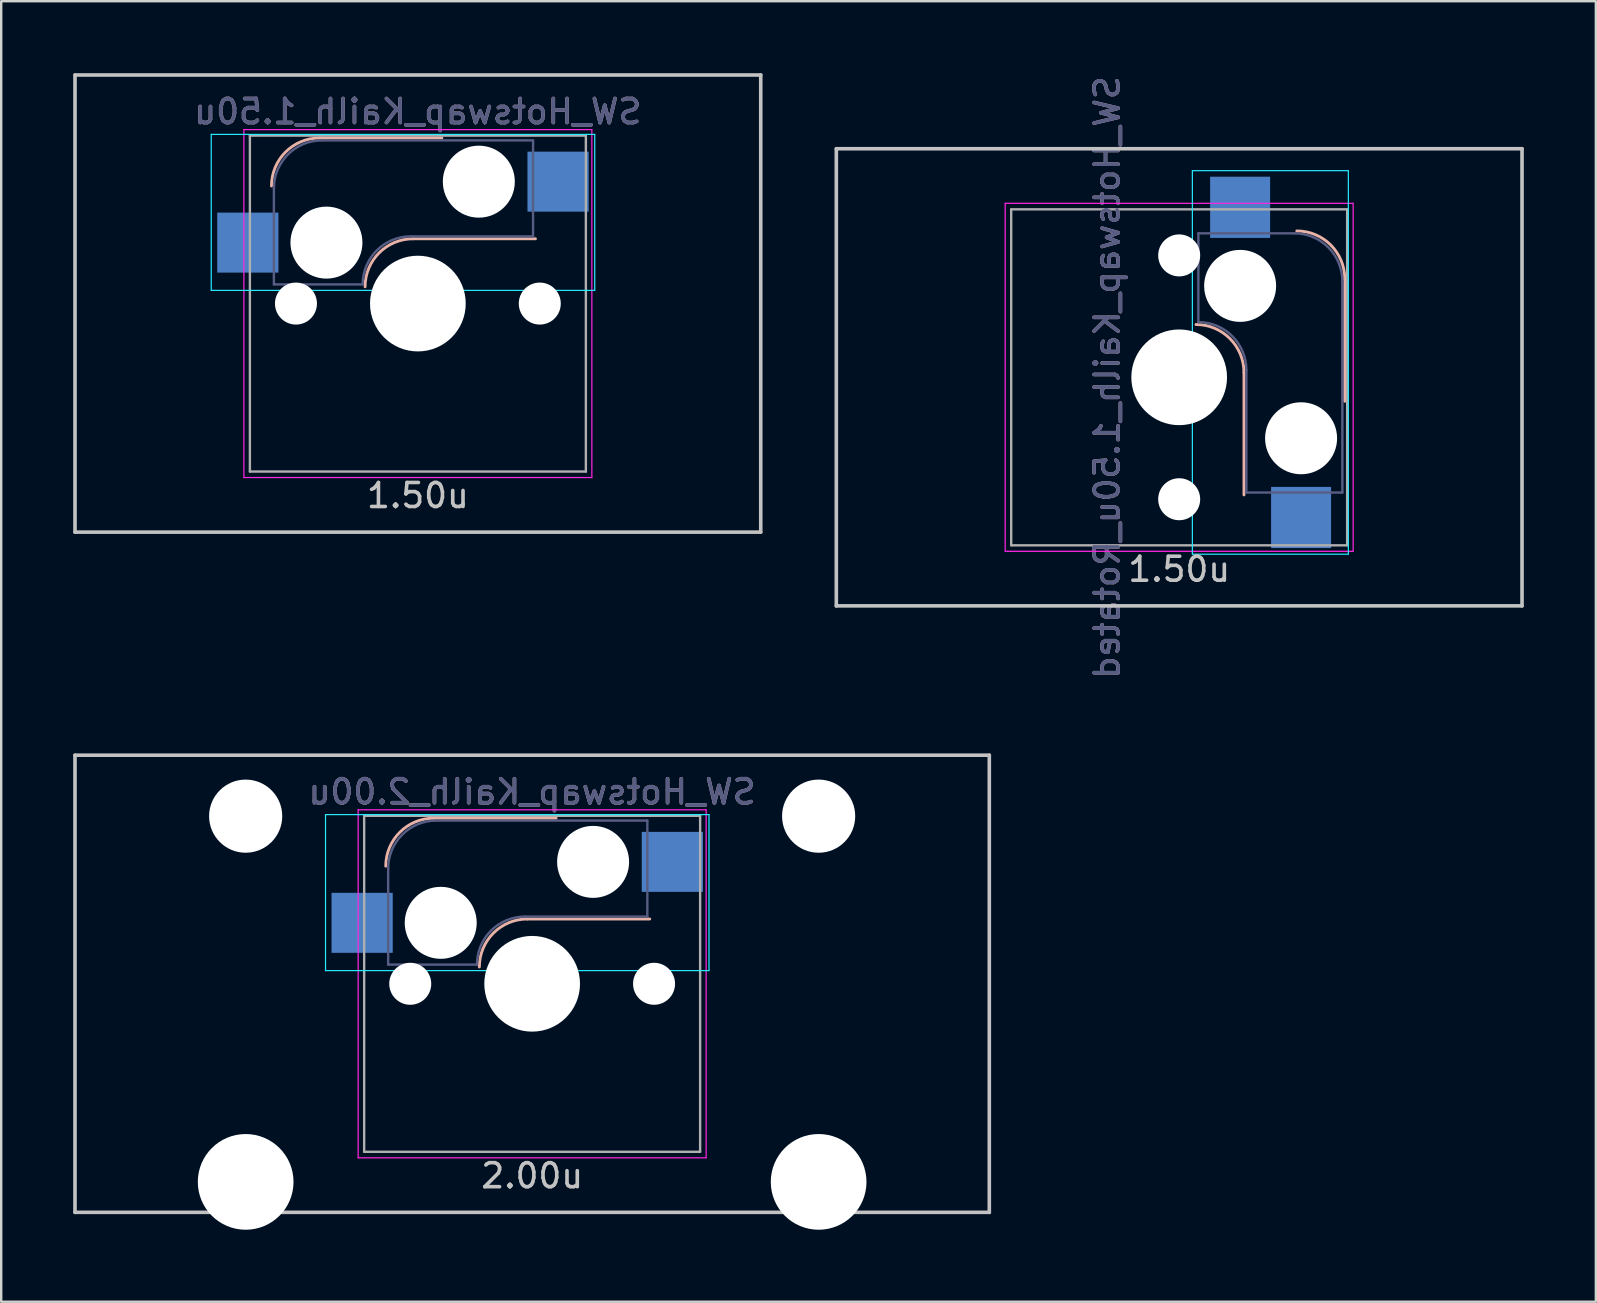
<source format=kicad_pcb>
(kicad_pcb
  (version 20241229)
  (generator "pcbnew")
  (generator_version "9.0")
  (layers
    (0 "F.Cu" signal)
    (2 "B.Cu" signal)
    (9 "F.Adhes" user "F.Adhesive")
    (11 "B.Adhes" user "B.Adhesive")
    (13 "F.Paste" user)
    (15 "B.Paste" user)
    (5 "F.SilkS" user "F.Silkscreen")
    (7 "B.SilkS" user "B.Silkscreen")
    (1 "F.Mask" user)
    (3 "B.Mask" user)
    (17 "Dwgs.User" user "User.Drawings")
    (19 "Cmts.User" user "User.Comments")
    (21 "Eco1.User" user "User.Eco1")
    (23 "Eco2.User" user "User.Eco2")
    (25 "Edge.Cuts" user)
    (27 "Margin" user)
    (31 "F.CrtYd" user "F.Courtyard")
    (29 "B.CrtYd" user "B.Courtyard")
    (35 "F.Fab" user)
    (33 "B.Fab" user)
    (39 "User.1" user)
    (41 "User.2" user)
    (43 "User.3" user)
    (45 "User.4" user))
  (footprint "SW_Hotswap_Kailh_2.00u"
    (layer "F.Cu")
    (at 19.125 37.945)
    (property "Reference" "SW_Hotswap_Kailh_2.00u" (at 0 -8 0) (layer "B.SilkS") (effects (font (size 1 1) (thickness 0.15)) (justify mirror)))
    (attr smd)
    (fp_line (start 1 -6.9) (end -4.1 -6.9) (stroke (width 0.12) (type solid)) (layer "B.SilkS"))
    (fp_line (start 4.9 -2.7) (end -0.2 -2.7) (stroke (width 0.12) (type solid)) (layer "B.SilkS"))
    (fp_arc (start -6.1 -4.9) (mid -5.514214 -6.314214) (end -4.1 -6.9) (stroke (width 0.12) (type solid)) (layer "B.SilkS"))
    (fp_arc (start -2.2 -0.7) (mid -1.614214 -2.114214) (end -0.2 -2.7) (stroke (width 0.12) (type solid)) (layer "B.SilkS"))
    (fp_line (start -19.05 -9.525) (end 19.05 -9.525) (stroke (width 0.15) (type solid)) (layer "Dwgs.User"))
    (fp_line (start -19.05 9.525) (end -19.05 -9.525) (stroke (width 0.15) (type solid)) (layer "Dwgs.User"))
    (fp_line (start 19.05 -9.525) (end 19.05 9.525) (stroke (width 0.15) (type solid)) (layer "Dwgs.User"))
    (fp_line (start 19.05 9.525) (end -19.05 9.525) (stroke (width 0.15) (type solid)) (layer "Dwgs.User"))
    (fp_line (start -8.61 -7.05) (end 7.37 -7.05) (stroke (width 0.05) (type solid)) (layer "B.CrtYd"))
    (fp_line (start -8.61 -0.55) (end -8.61 -7.05) (stroke (width 0.05) (type solid)) (layer "B.CrtYd"))
    (fp_line (start -8.61 -0.55) (end 7.37 -0.55) (stroke (width 0.05) (type solid)) (layer "B.CrtYd"))
    (fp_line (start 7.37 -7.05) (end 7.37 -0.55) (stroke (width 0.05) (type solid)) (layer "B.CrtYd"))
    (fp_line (start -7.25 -7.25) (end 7.25 -7.25) (stroke (width 0.05) (type solid)) (layer "F.CrtYd"))
    (fp_line (start -7.25 7.25) (end -7.25 -7.25) (stroke (width 0.05) (type solid)) (layer "F.CrtYd"))
    (fp_line (start 7.25 -7.25) (end 7.25 7.25) (stroke (width 0.05) (type solid)) (layer "F.CrtYd"))
    (fp_line (start 7.25 7.25) (end -7.25 7.25) (stroke (width 0.05) (type solid)) (layer "F.CrtYd"))
    (fp_line (start -6 -0.8) (end -6 -4.8) (stroke (width 0.1) (type solid)) (layer "B.Fab"))
    (fp_line (start -6 -0.8) (end -2.3 -0.8) (stroke (width 0.1) (type solid)) (layer "B.Fab"))
    (fp_line (start -4 -6.8) (end 4.8 -6.8) (stroke (width 0.1) (type solid)) (layer "B.Fab"))
    (fp_line (start -0.3 -2.8) (end 4.8 -2.8) (stroke (width 0.1) (type solid)) (layer "B.Fab"))
    (fp_line (start 4.8 -6.8) (end 4.8 -2.8) (stroke (width 0.1) (type solid)) (layer "B.Fab"))
    (fp_arc (start -6 -4.8) (mid -5.414214 -6.214214) (end -4 -6.8) (stroke (width 0.1) (type solid)) (layer "B.Fab"))
    (fp_arc (start -2.3 -0.8) (mid -1.714214 -2.214214) (end -0.3 -2.8) (stroke (width 0.1) (type solid)) (layer "B.Fab"))
    (fp_line (start -7 -7) (end 7 -7) (stroke (width 0.1) (type solid)) (layer "F.Fab"))
    (fp_line (start -7 7) (end -7 -7) (stroke (width 0.1) (type solid)) (layer "F.Fab"))
    (fp_line (start 7 -7) (end 7 7) (stroke (width 0.1) (type solid)) (layer "F.Fab"))
    (fp_line (start 7 7) (end -7 7) (stroke (width 0.1) (type solid)) (layer "F.Fab"))
    (fp_text user "2.00u" (at 0 8 0) (layer "Dwgs.User") (effects (font (size 1 1) (thickness 0.15))))
    (fp_text user "${REFERENCE}" (at 0 -8 0) (layer "B.Fab") (effects (font (size 1 1) (thickness 0.15)) (justify mirror)))
    (pad "" np_thru_hole circle (at -11.938 -6.985) (size 3.048 3.048) (drill 3.048) (layers "*.Cu" "*.Mask"))
    (pad "" np_thru_hole circle (at -11.938 8.255) (size 3.988 3.988) (drill 3.988) (layers "*.Cu" "*.Mask"))
    (pad "" np_thru_hole circle (at -5.08 0 48.1) (size 1.75 1.75) (drill 1.75) (layers "*.Cu" "*.Mask"))
    (pad "" np_thru_hole circle (at -3.81 -2.54) (size 3 3) (drill 3) (layers "*.Cu" "*.Mask"))
    (pad "" np_thru_hole circle (at 0 0) (size 3.988 3.988) (drill 3.988) (layers "*.Cu" "*.Mask"))
    (pad "" np_thru_hole circle (at 2.54 -5.08) (size 3 3) (drill 3) (layers "*.Cu" "*.Mask"))
    (pad "" np_thru_hole circle (at 5.08 0 48.1) (size 1.75 1.75) (drill 1.75) (layers "*.Cu" "*.Mask"))
    (pad "" np_thru_hole circle (at 11.938 -6.985) (size 3.048 3.048) (drill 3.048) (layers "*.Cu" "*.Mask"))
    (pad "" np_thru_hole circle (at 11.938 8.255) (size 3.988 3.988) (drill 3.988) (layers "*.Cu" "*.Mask"))
    (pad "1" smd rect (at -7.085 -2.54) (size 2.55 2.5) (layers "B.Cu" "B.Mask" "B.Paste"))
    (pad "2" smd rect (at 5.842 -5.08) (size 2.55 2.5) (layers "B.Cu" "B.Mask" "B.Paste")))
  (footprint "SW_Hotswap_Kailh_1.50u_Rotated"
    (layer "F.Cu")
    (at 46.087 12.673)
    (property "Reference" "SW_Hotswap_Kailh_1.50u_Rotated" (at -3 0 90) (layer "B.SilkS") (effects (font (size 1 1) (thickness 0.15)) (justify mirror)))
    (attr smd)
    (fp_line (start 2.7 4.9) (end 2.7 -0.2) (stroke (width 0.12) (type solid)) (layer "B.SilkS"))
    (fp_line (start 6.9 1) (end 6.9 -4.1) (stroke (width 0.12) (type solid)) (layer "B.SilkS"))
    (fp_arc (start 0.7 -2.2) (mid 2.114214 -1.614214) (end 2.7 -0.2) (stroke (width 0.12) (type solid)) (layer "B.SilkS"))
    (fp_arc (start 4.9 -6.1) (mid 6.314214 -5.514214) (end 6.9 -4.1) (stroke (width 0.12) (type solid)) (layer "B.SilkS"))
    (fp_line (start -14.287 -9.525) (end 14.287 -9.525) (stroke (width 0.15) (type solid)) (layer "Dwgs.User"))
    (fp_line (start -14.287 9.525) (end -14.287 -9.525) (stroke (width 0.15) (type solid)) (layer "Dwgs.User"))
    (fp_line (start 14.287 -9.525) (end 14.287 9.525) (stroke (width 0.15) (type solid)) (layer "Dwgs.User"))
    (fp_line (start 14.287 9.525) (end -14.287 9.525) (stroke (width 0.15) (type solid)) (layer "Dwgs.User"))
    (fp_line (start 0.55 -8.61) (end 0.55 7.37) (stroke (width 0.05) (type solid)) (layer "B.CrtYd"))
    (fp_line (start 0.55 -8.61) (end 7.05 -8.61) (stroke (width 0.05) (type solid)) (layer "B.CrtYd"))
    (fp_line (start 7.05 -8.61) (end 7.05 7.37) (stroke (width 0.05) (type solid)) (layer "B.CrtYd"))
    (fp_line (start 7.05 7.37) (end 0.55 7.37) (stroke (width 0.05) (type solid)) (layer "B.CrtYd"))
    (fp_line (start -7.25 -7.25) (end 7.25 -7.25) (stroke (width 0.05) (type solid)) (layer "F.CrtYd"))
    (fp_line (start -7.25 7.25) (end -7.25 -7.25) (stroke (width 0.05) (type solid)) (layer "F.CrtYd"))
    (fp_line (start 7.25 -7.25) (end 7.25 7.25) (stroke (width 0.05) (type solid)) (layer "F.CrtYd"))
    (fp_line (start 7.25 7.25) (end -7.25 7.25) (stroke (width 0.05) (type solid)) (layer "F.CrtYd"))
    (fp_line (start 0.8 -6) (end 0.8 -2.3) (stroke (width 0.1) (type solid)) (layer "B.Fab"))
    (fp_line (start 0.8 -6) (end 4.8 -6) (stroke (width 0.1) (type solid)) (layer "B.Fab"))
    (fp_line (start 2.8 -0.3) (end 2.8 4.8) (stroke (width 0.1) (type solid)) (layer "B.Fab"))
    (fp_line (start 6.8 -4) (end 6.8 4.8) (stroke (width 0.1) (type solid)) (layer "B.Fab"))
    (fp_line (start 6.8 4.8) (end 2.8 4.8) (stroke (width 0.1) (type solid)) (layer "B.Fab"))
    (fp_arc (start 0.8 -2.3) (mid 2.214214 -1.714214) (end 2.8 -0.3) (stroke (width 0.1) (type solid)) (layer "B.Fab"))
    (fp_arc (start 4.8 -6) (mid 6.214214 -5.414214) (end 6.8 -4) (stroke (width 0.1) (type solid)) (layer "B.Fab"))
    (fp_line (start -7 -7) (end 7 -7) (stroke (width 0.1) (type solid)) (layer "F.Fab"))
    (fp_line (start -7 7) (end -7 -7) (stroke (width 0.1) (type solid)) (layer "F.Fab"))
    (fp_line (start 7 -7) (end 7 7) (stroke (width 0.1) (type solid)) (layer "F.Fab"))
    (fp_line (start 7 7) (end -7 7) (stroke (width 0.1) (type solid)) (layer "F.Fab"))
    (fp_text user "1.50u" (at 0 8 0) (layer "Dwgs.User") (effects (font (size 1 1) (thickness 0.15))))
    (fp_text user "${REFERENCE}" (at -3 0 90) (layer "B.Fab") (effects (font (size 1 1) (thickness 0.15)) (justify mirror)))
    (pad "" np_thru_hole circle (at 0 -5.08 318.1) (size 1.75 1.75) (drill 1.75) (layers "*.Cu" "*.Mask"))
    (pad "" np_thru_hole circle (at 0 0 270) (size 3.988 3.988) (drill 3.988) (layers "*.Cu" "*.Mask"))
    (pad "" np_thru_hole circle (at 0 5.08 318.1) (size 1.75 1.75) (drill 1.75) (layers "*.Cu" "*.Mask"))
    (pad "" np_thru_hole circle (at 2.54 -3.81 270) (size 3 3) (drill 3) (layers "*.Cu" "*.Mask"))
    (pad "" np_thru_hole circle (at 5.08 2.54 270) (size 3 3) (drill 3) (layers "*.Cu" "*.Mask"))
    (pad "1" smd rect (at 2.54 -7.085 270) (size 2.55 2.5) (layers "B.Cu" "B.Mask" "B.Paste"))
    (pad "2" smd rect (at 5.08 5.842 270) (size 2.55 2.5) (layers "B.Cu" "B.Mask" "B.Paste")))
  (footprint "SW_Hotswap_Kailh_1.50u"
    (layer "F.Cu")
    (at 14.363 9.6)
    (property "Reference" "SW_Hotswap_Kailh_1.50u" (at 0 -8 0) (layer "B.SilkS") (effects (font (size 1 1) (thickness 0.15)) (justify mirror)))
    (attr smd)
    (fp_line (start 1 -6.9) (end -4.1 -6.9) (stroke (width 0.12) (type solid)) (layer "B.SilkS"))
    (fp_line (start 4.9 -2.7) (end -0.2 -2.7) (stroke (width 0.12) (type solid)) (layer "B.SilkS"))
    (fp_arc (start -6.1 -4.9) (mid -5.514214 -6.314214) (end -4.1 -6.9) (stroke (width 0.12) (type solid)) (layer "B.SilkS"))
    (fp_arc (start -2.2 -0.7) (mid -1.614214 -2.114214) (end -0.2 -2.7) (stroke (width 0.12) (type solid)) (layer "B.SilkS"))
    (fp_line (start -14.287 -9.525) (end 14.287 -9.525) (stroke (width 0.15) (type solid)) (layer "Dwgs.User"))
    (fp_line (start -14.287 9.525) (end -14.287 -9.525) (stroke (width 0.15) (type solid)) (layer "Dwgs.User"))
    (fp_line (start 14.287 -9.525) (end 14.287 9.525) (stroke (width 0.15) (type solid)) (layer "Dwgs.User"))
    (fp_line (start 14.287 9.525) (end -14.287 9.525) (stroke (width 0.15) (type solid)) (layer "Dwgs.User"))
    (fp_line (start -8.61 -7.05) (end 7.37 -7.05) (stroke (width 0.05) (type solid)) (layer "B.CrtYd"))
    (fp_line (start -8.61 -0.55) (end -8.61 -7.05) (stroke (width 0.05) (type solid)) (layer "B.CrtYd"))
    (fp_line (start -8.61 -0.55) (end 7.37 -0.55) (stroke (width 0.05) (type solid)) (layer "B.CrtYd"))
    (fp_line (start 7.37 -7.05) (end 7.37 -0.55) (stroke (width 0.05) (type solid)) (layer "B.CrtYd"))
    (fp_line (start -7.25 -7.25) (end 7.25 -7.25) (stroke (width 0.05) (type solid)) (layer "F.CrtYd"))
    (fp_line (start -7.25 7.25) (end -7.25 -7.25) (stroke (width 0.05) (type solid)) (layer "F.CrtYd"))
    (fp_line (start 7.25 -7.25) (end 7.25 7.25) (stroke (width 0.05) (type solid)) (layer "F.CrtYd"))
    (fp_line (start 7.25 7.25) (end -7.25 7.25) (stroke (width 0.05) (type solid)) (layer "F.CrtYd"))
    (fp_line (start -6 -0.8) (end -6 -4.8) (stroke (width 0.1) (type solid)) (layer "B.Fab"))
    (fp_line (start -6 -0.8) (end -2.3 -0.8) (stroke (width 0.1) (type solid)) (layer "B.Fab"))
    (fp_line (start -4 -6.8) (end 4.8 -6.8) (stroke (width 0.1) (type solid)) (layer "B.Fab"))
    (fp_line (start -0.3 -2.8) (end 4.8 -2.8) (stroke (width 0.1) (type solid)) (layer "B.Fab"))
    (fp_line (start 4.8 -6.8) (end 4.8 -2.8) (stroke (width 0.1) (type solid)) (layer "B.Fab"))
    (fp_arc (start -6 -4.8) (mid -5.414214 -6.214214) (end -4 -6.8) (stroke (width 0.1) (type solid)) (layer "B.Fab"))
    (fp_arc (start -2.3 -0.8) (mid -1.714214 -2.214214) (end -0.3 -2.8) (stroke (width 0.1) (type solid)) (layer "B.Fab"))
    (fp_line (start -7 -7) (end 7 -7) (stroke (width 0.1) (type solid)) (layer "F.Fab"))
    (fp_line (start -7 7) (end -7 -7) (stroke (width 0.1) (type solid)) (layer "F.Fab"))
    (fp_line (start 7 -7) (end 7 7) (stroke (width 0.1) (type solid)) (layer "F.Fab"))
    (fp_line (start 7 7) (end -7 7) (stroke (width 0.1) (type solid)) (layer "F.Fab"))
    (fp_text user "1.50u" (at 0 8 0) (layer "Dwgs.User") (effects (font (size 1 1) (thickness 0.15))))
    (fp_text user "${REFERENCE}" (at 0 -8 0) (layer "B.Fab") (effects (font (size 1 1) (thickness 0.15)) (justify mirror)))
    (pad "" np_thru_hole circle (at -5.08 0 48.1) (size 1.75 1.75) (drill 1.75) (layers "*.Cu" "*.Mask"))
    (pad "" np_thru_hole circle (at -3.81 -2.54) (size 3 3) (drill 3) (layers "*.Cu" "*.Mask"))
    (pad "" np_thru_hole circle (at 0 0) (size 3.988 3.988) (drill 3.988) (layers "*.Cu" "*.Mask"))
    (pad "" np_thru_hole circle (at 2.54 -5.08) (size 3 3) (drill 3) (layers "*.Cu" "*.Mask"))
    (pad "" np_thru_hole circle (at 5.08 0 48.1) (size 1.75 1.75) (drill 1.75) (layers "*.Cu" "*.Mask"))
    (pad "1" smd rect (at -7.085 -2.54) (size 2.55 2.5) (layers "B.Cu" "B.Mask" "B.Paste"))
    (pad "2" smd rect (at 5.842 -5.08) (size 2.55 2.5) (layers "B.Cu" "B.Mask" "B.Paste")))
  (gr_rect
    (start -3 -3)
    (end 63.45 51.194)
    (stroke (width 0.1) (type default))
    (fill no)
    (layer "Edge.Cuts")))
</source>
